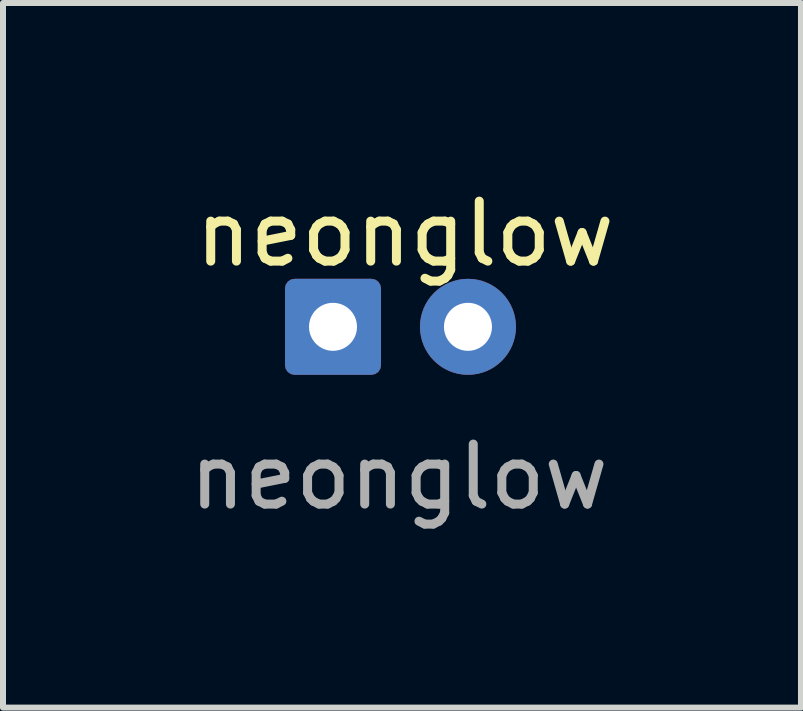
<source format=kicad_pcb>
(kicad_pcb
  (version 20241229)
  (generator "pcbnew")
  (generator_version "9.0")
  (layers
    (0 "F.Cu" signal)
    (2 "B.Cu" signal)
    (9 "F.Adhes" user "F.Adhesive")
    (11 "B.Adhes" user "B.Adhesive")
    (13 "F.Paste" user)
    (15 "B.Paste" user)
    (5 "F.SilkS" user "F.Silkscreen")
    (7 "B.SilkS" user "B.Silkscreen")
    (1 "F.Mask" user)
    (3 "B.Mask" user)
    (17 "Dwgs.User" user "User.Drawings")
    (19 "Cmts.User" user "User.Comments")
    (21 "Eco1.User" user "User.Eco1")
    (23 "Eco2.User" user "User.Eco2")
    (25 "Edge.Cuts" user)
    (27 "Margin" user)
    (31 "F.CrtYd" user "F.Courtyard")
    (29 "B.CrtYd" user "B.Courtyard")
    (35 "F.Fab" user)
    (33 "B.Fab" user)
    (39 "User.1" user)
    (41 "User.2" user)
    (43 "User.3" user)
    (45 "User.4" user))
  (footprint "neonglow"
    (layer "F.Cu")
    (at 3.601 2.398)
    (property "Reference" "neonglow" (at 0.1 -1.55 0) (unlocked yes) (layer "F.SilkS") (effects (font (size 1 1) (thickness 0.15))))
    (attr smd)
    (fp_text user "${REFERENCE}" (at 0 2.5 0) (unlocked yes) (layer "F.Fab") (effects (font (size 1 1) (thickness 0.15))))
    (pad "1" thru_hole roundrect (at -1.1 0) (size 1.6 1.6) (drill 0.8) (layers "*.Cu" "*.Mask") (roundrect_rratio 0.1))
    (pad "2" thru_hole circle (at 1.15 0) (size 1.6 1.6) (drill 0.8) (layers "*.Cu" "*.Mask")))
  (gr_rect
    (start -3 -3)
    (end 10.302 8.746)
    (stroke (width 0.1) (type default))
    (fill no)
    (layer "Edge.Cuts")))
</source>
